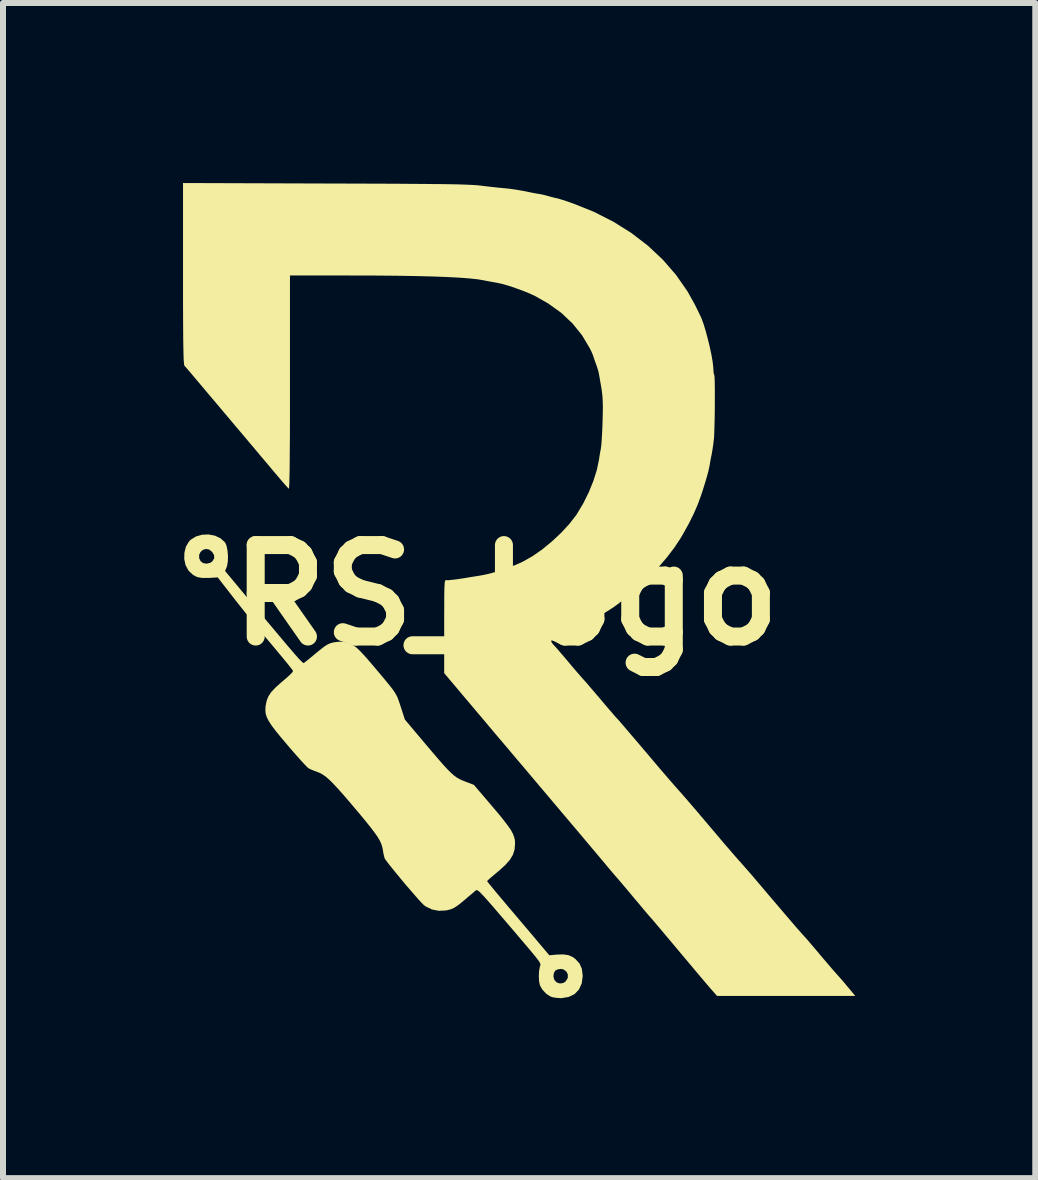
<source format=kicad_pcb>
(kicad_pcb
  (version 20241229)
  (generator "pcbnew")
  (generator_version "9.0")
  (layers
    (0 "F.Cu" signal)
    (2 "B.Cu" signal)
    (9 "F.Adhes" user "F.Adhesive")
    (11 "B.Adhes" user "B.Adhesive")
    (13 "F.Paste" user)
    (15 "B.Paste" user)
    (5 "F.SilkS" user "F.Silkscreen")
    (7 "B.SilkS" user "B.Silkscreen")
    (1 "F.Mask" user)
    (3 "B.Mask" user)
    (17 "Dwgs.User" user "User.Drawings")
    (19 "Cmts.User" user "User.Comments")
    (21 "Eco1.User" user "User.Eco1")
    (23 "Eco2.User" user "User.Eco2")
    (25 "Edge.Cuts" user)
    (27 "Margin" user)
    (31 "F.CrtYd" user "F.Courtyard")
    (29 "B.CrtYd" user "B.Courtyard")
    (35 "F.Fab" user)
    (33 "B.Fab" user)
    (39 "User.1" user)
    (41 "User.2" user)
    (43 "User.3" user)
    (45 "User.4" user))
  (footprint "RS_logo"
    (layer "F.Cu")
    (at 5.384 6.868)
    (property "Reference" "RS_logo" (at 0 0 0) (layer "F.SilkS") (effects (font (size 1.524 1.524) (thickness 0.3))))
    (attr board_only exclude_from_pos_files exclude_from_bom)
    (fp_poly (pts (xy -4.854 -0.992) (xy -4.761 -0.949) (xy -4.688 -0.884) (xy -4.683 -0.878) (xy -4.659 -0.824) (xy -4.643 -0.745) (xy -4.635 -0.655) (xy -4.637 -0.566) (xy -4.649 -0.491) (xy -4.656 -0.469) (xy -4.683 -0.403) (xy -4.307 0.049) (xy -4.134 0.255) (xy -3.984 0.435) (xy -3.855 0.589) (xy -3.745 0.72) (xy -3.653 0.829) (xy -3.577 0.918) (xy -3.516 0.989) (xy -3.468 1.043) (xy -3.431 1.083) (xy -3.404 1.109) (xy -3.386 1.125) (xy -3.375 1.131) (xy -3.371 1.131) (xy -3.35 1.115) (xy -3.306 1.08) (xy -3.246 1.031) (xy -3.175 0.972) (xy -3.166 0.964) (xy -3.083 0.897) (xy -3.021 0.85) (xy -2.971 0.819) (xy -2.925 0.8) (xy -2.876 0.787) (xy -2.876 0.787) (xy -2.804 0.777) (xy -2.734 0.775) (xy -2.704 0.778) (xy -2.647 0.79) (xy -2.596 0.808) (xy -2.547 0.835) (xy -2.495 0.873) (xy -2.436 0.928) (xy -2.367 1.001) (xy -2.282 1.098) (xy -2.19 1.206) (xy -2.088 1.327) (xy -2.007 1.424) (xy -1.944 1.501) (xy -1.896 1.562) (xy -1.86 1.613) (xy -1.833 1.658) (xy -1.812 1.7) (xy -1.794 1.746) (xy -1.776 1.799) (xy -1.755 1.863) (xy -1.687 2.073) (xy -1.355 2.467) (xy -1.234 2.61) (xy -1.133 2.728) (xy -1.05 2.823) (xy -0.981 2.898) (xy -0.923 2.956) (xy -0.873 3.001) (xy -0.828 3.035) (xy -0.784 3.061) (xy -0.739 3.083) (xy -0.688 3.103) (xy -0.685 3.105) (xy -0.537 3.161) (xy -0.241 3.508) (xy -0.129 3.64) (xy -0.041 3.749) (xy 0.027 3.838) (xy 0.078 3.911) (xy 0.112 3.974) (xy 0.134 4.03) (xy 0.146 4.082) (xy 0.149 4.135) (xy 0.149 4.145) (xy 0.141 4.24) (xy 0.113 4.327) (xy 0.062 4.411) (xy -0.015 4.498) (xy -0.122 4.595) (xy -0.135 4.605) (xy -0.204 4.663) (xy -0.261 4.712) (xy -0.3 4.747) (xy -0.317 4.764) (xy -0.317 4.765) (xy -0.306 4.781) (xy -0.273 4.822) (xy -0.222 4.884) (xy -0.156 4.964) (xy -0.077 5.058) (xy 0.011 5.162) (xy 0.033 5.189) (xy 0.134 5.307) (xy 0.236 5.428) (xy 0.335 5.545) (xy 0.425 5.651) (xy 0.5 5.74) (xy 0.552 5.802) (xy 0.72 6.001) (xy 0.836 5.99) (xy 0.95 5.986) (xy 1.039 5.999) (xy 1.112 6.031) (xy 1.157 6.065) (xy 1.223 6.138) (xy 1.261 6.223) (xy 1.275 6.329) (xy 1.276 6.35) (xy 1.26 6.471) (xy 1.214 6.571) (xy 1.142 6.647) (xy 1.044 6.695) (xy 0.925 6.715) (xy 0.906 6.715) (xy 0.835 6.71) (xy 0.77 6.699) (xy 0.741 6.689) (xy 0.67 6.643) (xy 0.606 6.576) (xy 0.564 6.504) (xy 0.564 6.504) (xy 0.55 6.438) (xy 0.545 6.353) (xy 0.545 6.35) (xy 0.788 6.35) (xy 0.803 6.411) (xy 0.843 6.453) (xy 0.897 6.471) (xy 0.955 6.462) (xy 0.994 6.434) (xy 1.027 6.38) (xy 1.029 6.322) (xy 1.004 6.271) (xy 0.957 6.237) (xy 0.91 6.228) (xy 0.857 6.237) (xy 0.818 6.257) (xy 0.817 6.258) (xy 0.797 6.296) (xy 0.788 6.349) (xy 0.788 6.35) (xy 0.545 6.35) (xy 0.549 6.265) (xy 0.562 6.192) (xy 0.567 6.179) (xy 0.571 6.167) (xy 0.572 6.155) (xy 0.569 6.141) (xy 0.56 6.121) (xy 0.543 6.094) (xy 0.516 6.058) (xy 0.477 6.009) (xy 0.425 5.946) (xy 0.358 5.866) (xy 0.274 5.767) (xy 0.172 5.647) (xy 0.049 5.503) (xy -0.097 5.333) (xy -0.11 5.318) (xy -0.214 5.196) (xy -0.298 5.1) (xy -0.362 5.028) (xy -0.411 4.976) (xy -0.446 4.941) (xy -0.471 4.922) (xy -0.488 4.915) (xy -0.501 4.917) (xy -0.504 4.919) (xy -0.531 4.942) (xy -0.579 4.983) (xy -0.639 5.033) (xy -0.666 5.057) (xy -0.751 5.128) (xy -0.816 5.178) (xy -0.87 5.212) (xy -0.921 5.234) (xy -0.977 5.249) (xy -1.005 5.254) (xy -1.122 5.26) (xy -1.237 5.237) (xy -1.339 5.188) (xy -1.369 5.166) (xy -1.401 5.134) (xy -1.451 5.081) (xy -1.514 5.009) (xy -1.587 4.925) (xy -1.666 4.834) (xy -1.745 4.739) (xy -1.822 4.646) (xy -1.892 4.56) (xy -1.951 4.486) (xy -1.995 4.429) (xy -2.02 4.393) (xy -2.024 4.386) (xy -2.036 4.342) (xy -2.049 4.279) (xy -2.053 4.25) (xy -2.064 4.197) (xy -2.08 4.145) (xy -2.105 4.09) (xy -2.141 4.029) (xy -2.192 3.956) (xy -2.259 3.868) (xy -2.346 3.76) (xy -2.454 3.629) (xy -2.47 3.611) (xy -2.599 3.458) (xy -2.708 3.331) (xy -2.799 3.229) (xy -2.875 3.147) (xy -2.939 3.083) (xy -2.994 3.034) (xy -3.043 2.998) (xy -3.088 2.971) (xy -3.133 2.951) (xy -3.142 2.948) (xy -3.208 2.923) (xy -3.265 2.899) (xy -3.294 2.884) (xy -3.317 2.864) (xy -3.36 2.819) (xy -3.42 2.754) (xy -3.493 2.672) (xy -3.575 2.578) (xy -3.646 2.495) (xy -3.756 2.365) (xy -3.843 2.258) (xy -3.909 2.17) (xy -3.956 2.097) (xy -3.988 2.035) (xy -4.006 1.978) (xy -4.012 1.924) (xy -4.01 1.867) (xy -4.007 1.841) (xy -3.99 1.758) (xy -3.961 1.685) (xy -3.915 1.616) (xy -3.846 1.542) (xy -3.752 1.457) (xy -3.731 1.44) (xy -3.661 1.38) (xy -3.604 1.328) (xy -3.565 1.288) (xy -3.55 1.265) (xy -3.55 1.263) (xy -3.563 1.244) (xy -3.597 1.199) (xy -3.649 1.134) (xy -3.717 1.051) (xy -3.797 0.955) (xy -3.885 0.849) (xy -3.911 0.818) (xy -4.021 0.688) (xy -4.139 0.545) (xy -4.258 0.398) (xy -4.373 0.257) (xy -4.475 0.129) (xy -4.537 0.05) (xy -4.806 -0.296) (xy -4.959 -0.287) (xy -5.067 -0.287) (xy -5.15 -0.302) (xy -5.216 -0.337) (xy -5.278 -0.394) (xy -5.298 -0.418) (xy -5.343 -0.503) (xy -5.364 -0.603) (xy -5.362 -0.673) (xy -5.115 -0.673) (xy -5.115 -0.616) (xy -5.092 -0.567) (xy -5.049 -0.534) (xy -4.99 -0.525) (xy -4.93 -0.539) (xy -4.896 -0.563) (xy -4.864 -0.614) (xy -4.867 -0.668) (xy -4.898 -0.72) (xy -4.947 -0.76) (xy -5.001 -0.77) (xy -5.051 -0.756) (xy -5.092 -0.721) (xy -5.115 -0.673) (xy -5.362 -0.673) (xy -5.361 -0.708) (xy -5.336 -0.808) (xy -5.287 -0.892) (xy -5.259 -0.922) (xy -5.171 -0.977) (xy -5.068 -1.007) (xy -4.96 -1.012)) (stroke (width 0) (type solid)) (fill yes) (layer "F.SilkS"))
    (fp_poly (pts (xy -3.016 -6.86) (xy -2.662 -6.859) (xy -2.344 -6.858) (xy -2.06 -6.857) (xy -1.806 -6.856) (xy -1.582 -6.854) (xy -1.385 -6.853) (xy -1.212 -6.851) (xy -1.062 -6.85) (xy -0.933 -6.848) (xy -0.822 -6.846) (xy -0.728 -6.843) (xy -0.648 -6.84) (xy -0.58 -6.837) (xy -0.522 -6.834) (xy -0.472 -6.83) (xy -0.427 -6.825) (xy -0.394 -6.821) (xy -0.286 -6.808) (xy -0.178 -6.796) (xy -0.082 -6.786) (xy -0.011 -6.78) (xy -0.009 -6.78) (xy 0.069 -6.771) (xy 0.168 -6.757) (xy 0.27 -6.739) (xy 0.31 -6.732) (xy 0.395 -6.714) (xy 0.472 -6.699) (xy 0.529 -6.689) (xy 0.55 -6.686) (xy 0.598 -6.677) (xy 0.664 -6.661) (xy 0.7 -6.651) (xy 0.765 -6.633) (xy 0.822 -6.619) (xy 0.844 -6.615) (xy 0.879 -6.606) (xy 0.942 -6.586) (xy 1.022 -6.56) (xy 1.111 -6.529) (xy 1.116 -6.527) (xy 1.463 -6.388) (xy 1.788 -6.223) (xy 2.089 -6.034) (xy 2.365 -5.822) (xy 2.614 -5.588) (xy 2.833 -5.335) (xy 3.022 -5.063) (xy 3.14 -4.852) (xy 3.181 -4.77) (xy 3.218 -4.694) (xy 3.246 -4.635) (xy 3.259 -4.605) (xy 3.293 -4.511) (xy 3.328 -4.395) (xy 3.362 -4.267) (xy 3.394 -4.135) (xy 3.421 -4.008) (xy 3.441 -3.894) (xy 3.452 -3.803) (xy 3.454 -3.766) (xy 3.457 -3.712) (xy 3.464 -3.676) (xy 3.469 -3.669) (xy 3.472 -3.648) (xy 3.475 -3.596) (xy 3.477 -3.518) (xy 3.478 -3.42) (xy 3.478 -3.307) (xy 3.478 -3.185) (xy 3.477 -3.06) (xy 3.475 -2.937) (xy 3.472 -2.823) (xy 3.469 -2.723) (xy 3.466 -2.643) (xy 3.462 -2.598) (xy 3.453 -2.52) (xy 3.439 -2.426) (xy 3.425 -2.345) (xy 3.409 -2.266) (xy 3.396 -2.193) (xy 3.387 -2.14) (xy 3.386 -2.139) (xy 3.372 -2.072) (xy 3.347 -1.978) (xy 3.313 -1.864) (xy 3.273 -1.737) (xy 3.254 -1.678) (xy 3.195 -1.515) (xy 3.127 -1.358) (xy 3.047 -1.197) (xy 2.95 -1.022) (xy 2.906 -0.947) (xy 2.804 -0.793) (xy 2.678 -0.628) (xy 2.534 -0.46) (xy 2.381 -0.297) (xy 2.224 -0.147) (xy 2.092 -0.034) (xy 2.018 0.025) (xy 1.952 0.078) (xy 1.901 0.118) (xy 1.872 0.142) (xy 1.871 0.142) (xy 1.797 0.196) (xy 1.697 0.261) (xy 1.577 0.333) (xy 1.444 0.409) (xy 1.305 0.485) (xy 1.169 0.557) (xy 1.041 0.62) (xy 0.929 0.671) (xy 0.868 0.696) (xy 0.808 0.722) (xy 0.766 0.747) (xy 0.75 0.765) (xy 0.763 0.794) (xy 0.793 0.831) (xy 0.793 0.831) (xy 0.82 0.859) (xy 0.866 0.911) (xy 0.924 0.979) (xy 0.991 1.057) (xy 1.028 1.101) (xy 1.098 1.185) (xy 1.165 1.263) (xy 1.223 1.33) (xy 1.264 1.377) (xy 1.277 1.392) (xy 1.308 1.426) (xy 1.358 1.483) (xy 1.421 1.557) (xy 1.494 1.642) (xy 1.569 1.73) (xy 1.644 1.819) (xy 1.714 1.901) (xy 1.774 1.97) (xy 1.818 2.022) (xy 1.843 2.049) (xy 1.844 2.049) (xy 1.87 2.078) (xy 1.917 2.132) (xy 1.985 2.211) (xy 2.075 2.317) (xy 2.188 2.449) (xy 2.324 2.609) (xy 2.483 2.797) (xy 2.566 2.895) (xy 2.644 2.986) (xy 2.724 3.079) (xy 2.799 3.165) (xy 2.86 3.234) (xy 2.876 3.252) (xy 2.932 3.315) (xy 3.003 3.397) (xy 3.082 3.488) (xy 3.161 3.58) (xy 3.18 3.602) (xy 3.263 3.701) (xy 3.36 3.815) (xy 3.459 3.932) (xy 3.551 4.04) (xy 3.571 4.065) (xy 3.651 4.159) (xy 3.735 4.255) (xy 3.813 4.346) (xy 3.879 4.421) (xy 3.902 4.446) (xy 3.962 4.514) (xy 4.038 4.601) (xy 4.12 4.695) (xy 4.199 4.789) (xy 4.214 4.806) (xy 4.367 4.987) (xy 4.506 5.15) (xy 4.628 5.293) (xy 4.732 5.415) (xy 4.817 5.514) (xy 4.882 5.589) (xy 4.925 5.637) (xy 4.942 5.656) (xy 4.966 5.682) (xy 5.01 5.731) (xy 5.068 5.799) (xy 5.137 5.88) (xy 5.213 5.969) (xy 5.217 5.975) (xy 5.296 6.068) (xy 5.371 6.156) (xy 5.437 6.233) (xy 5.49 6.294) (xy 5.523 6.331) (xy 5.568 6.381) (xy 5.626 6.448) (xy 5.686 6.52) (xy 5.705 6.542) (xy 5.818 6.678) (xy 3.514 6.678) (xy 3.412 6.562) (xy 3.365 6.507) (xy 3.3 6.431) (xy 3.225 6.342) (xy 3.146 6.249) (xy 3.105 6.199) (xy 2.943 6.007) (xy 2.805 5.842) (xy 2.689 5.704) (xy 2.594 5.591) (xy 2.519 5.502) (xy 2.463 5.436) (xy 2.426 5.392) (xy 2.405 5.369) (xy 2.401 5.365) (xy 2.386 5.348) (xy 2.351 5.307) (xy 2.3 5.247) (xy 2.236 5.17) (xy 2.163 5.083) (xy 2.147 5.065) (xy 2.07 4.972) (xy 1.998 4.886) (xy 1.935 4.812) (xy 1.886 4.754) (xy 1.857 4.72) (xy 1.855 4.718) (xy 1.824 4.683) (xy 1.775 4.626) (xy 1.715 4.555) (xy 1.65 4.477) (xy 1.639 4.463) (xy 1.594 4.41) (xy 1.547 4.354) (xy 1.493 4.29) (xy 1.432 4.217) (xy 1.36 4.132) (xy 1.277 4.033) (xy 1.179 3.917) (xy 1.065 3.782) (xy 0.932 3.625) (xy 0.778 3.443) (xy 0.673 3.318) (xy 0.578 3.206) (xy 0.469 3.077) (xy 0.358 2.945) (xy 0.254 2.822) (xy 0.206 2.766) (xy 0.125 2.67) (xy 0.046 2.576) (xy -0.027 2.49) (xy -0.087 2.419) (xy -0.125 2.375) (xy -0.196 2.291) (xy -0.285 2.185) (xy -0.387 2.063) (xy -0.497 1.934) (xy -0.607 1.803) (xy -0.714 1.677) (xy -0.81 1.562) (xy -0.849 1.516) (xy -1.032 1.299) (xy -1.032 0.52) (xy -1.032 0.329) (xy -1.031 0.172) (xy -1.031 0.045) (xy -1.03 -0.053) (xy -1.028 -0.128) (xy -1.025 -0.181) (xy -1.022 -0.217) (xy -1.017 -0.238) (xy -1.011 -0.248) (xy -1.003 -0.251) (xy -0.997 -0.25) (xy -0.966 -0.249) (xy -0.906 -0.255) (xy -0.826 -0.264) (xy -0.733 -0.278) (xy -0.72 -0.28) (xy -0.623 -0.296) (xy -0.533 -0.311) (xy -0.46 -0.322) (xy -0.415 -0.33) (xy -0.413 -0.33) (xy -0.293 -0.355) (xy -0.152 -0.394) (xy -0.002 -0.444) (xy 0.144 -0.499) (xy 0.274 -0.556) (xy 0.281 -0.56) (xy 0.437 -0.648) (xy 0.601 -0.762) (xy 0.764 -0.896) (xy 0.919 -1.041) (xy 1.056 -1.19) (xy 1.169 -1.336) (xy 1.183 -1.358) (xy 1.286 -1.53) (xy 1.377 -1.714) (xy 1.453 -1.901) (xy 1.51 -2.081) (xy 1.545 -2.244) (xy 1.549 -2.267) (xy 1.56 -2.34) (xy 1.574 -2.418) (xy 1.578 -2.436) (xy 1.584 -2.482) (xy 1.591 -2.558) (xy 1.597 -2.656) (xy 1.603 -2.77) (xy 1.607 -2.891) (xy 1.607 -2.899) (xy 1.611 -3.043) (xy 1.612 -3.157) (xy 1.609 -3.249) (xy 1.604 -3.329) (xy 1.595 -3.403) (xy 1.586 -3.462) (xy 1.571 -3.547) (xy 1.558 -3.623) (xy 1.548 -3.679) (xy 1.545 -3.698) (xy 1.534 -3.743) (xy 1.514 -3.806) (xy 1.499 -3.848) (xy 1.477 -3.909) (xy 1.46 -3.959) (xy 1.454 -3.979) (xy 1.442 -4.012) (xy 1.419 -4.065) (xy 1.396 -4.111) (xy 1.266 -4.33) (xy 1.108 -4.526) (xy 0.921 -4.703) (xy 0.703 -4.86) (xy 0.485 -4.984) (xy 0.389 -5.028) (xy 0.276 -5.074) (xy 0.154 -5.118) (xy 0.035 -5.158) (xy -0.071 -5.188) (xy -0.154 -5.206) (xy -0.158 -5.207) (xy -0.217 -5.217) (xy -0.294 -5.231) (xy -0.366 -5.245) (xy -0.469 -5.263) (xy -0.607 -5.278) (xy -0.78 -5.291) (xy -0.989 -5.302) (xy -1.233 -5.311) (xy -1.513 -5.318) (xy -1.83 -5.323) (xy -2.184 -5.326) (xy -2.574 -5.327) (xy -2.603 -5.327) (xy -3.602 -5.328) (xy -3.602 -3.544) (xy -3.602 -3.207) (xy -3.602 -2.906) (xy -3.603 -2.641) (xy -3.605 -2.413) (xy -3.606 -2.22) (xy -3.608 -2.063) (xy -3.611 -1.94) (xy -3.613 -1.851) (xy -3.617 -1.796) (xy -3.62 -1.774) (xy -3.621 -1.773) (xy -3.638 -1.79) (xy -3.676 -1.832) (xy -3.73 -1.894) (xy -3.797 -1.973) (xy -3.874 -2.063) (xy -3.919 -2.117) (xy -4.007 -2.222) (xy -4.096 -2.326) (xy -4.178 -2.425) (xy -4.249 -2.509) (xy -4.304 -2.574) (xy -4.316 -2.589) (xy -4.504 -2.811) (xy -4.669 -3.007) (xy -4.812 -3.177) (xy -4.936 -3.323) (xy -5.04 -3.447) (xy -5.127 -3.55) (xy -5.198 -3.634) (xy -5.254 -3.701) (xy -5.297 -3.751) (xy -5.328 -3.787) (xy -5.348 -3.81) (xy -5.359 -3.822) (xy -5.36 -3.824) (xy -5.365 -3.835) (xy -5.368 -3.862) (xy -5.372 -3.905) (xy -5.375 -3.968) (xy -5.377 -4.052) (xy -5.379 -4.159) (xy -5.381 -4.291) (xy -5.382 -4.451) (xy -5.383 -4.64) (xy -5.384 -4.86) (xy -5.384 -5.115) (xy -5.384 -5.358) (xy -5.384 -6.868)) (stroke (width 0) (type solid)) (fill yes) (layer "F.SilkS")))
  (gr_rect
    (start -3 -3)
    (end 14.202 16.583)
    (stroke (width 0.1) (type default))
    (fill no)
    (layer "Edge.Cuts")))
</source>
